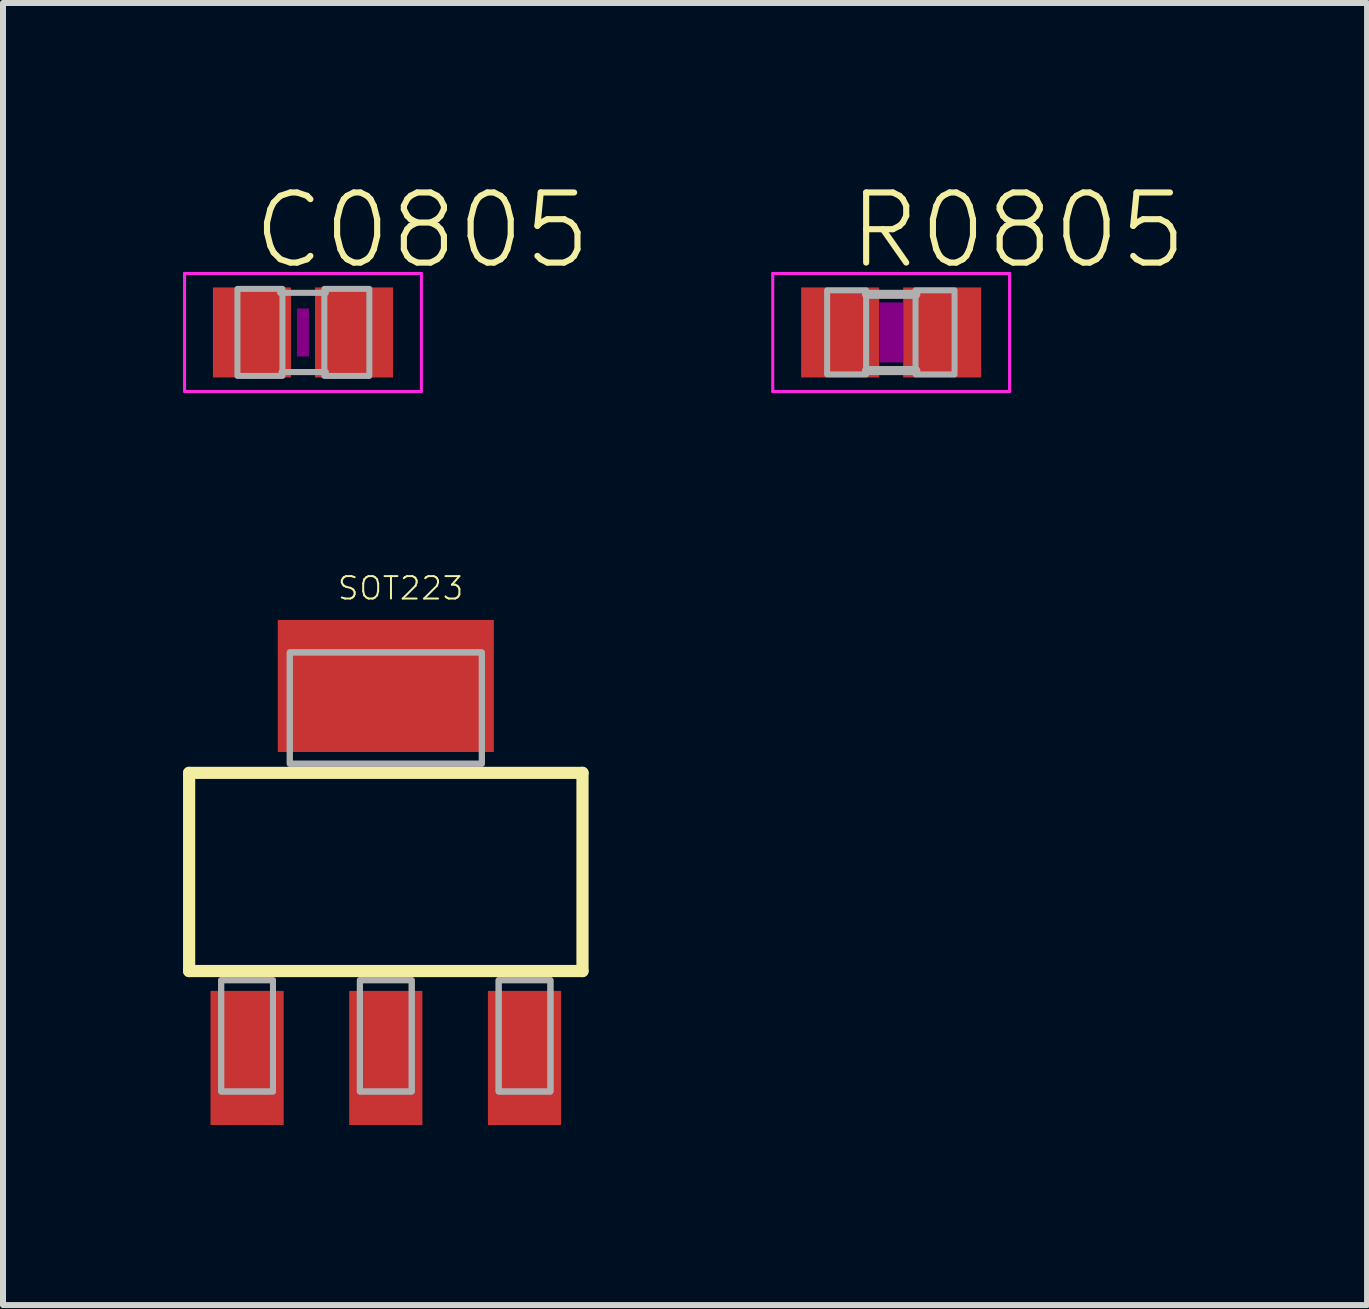
<source format=kicad_pcb>
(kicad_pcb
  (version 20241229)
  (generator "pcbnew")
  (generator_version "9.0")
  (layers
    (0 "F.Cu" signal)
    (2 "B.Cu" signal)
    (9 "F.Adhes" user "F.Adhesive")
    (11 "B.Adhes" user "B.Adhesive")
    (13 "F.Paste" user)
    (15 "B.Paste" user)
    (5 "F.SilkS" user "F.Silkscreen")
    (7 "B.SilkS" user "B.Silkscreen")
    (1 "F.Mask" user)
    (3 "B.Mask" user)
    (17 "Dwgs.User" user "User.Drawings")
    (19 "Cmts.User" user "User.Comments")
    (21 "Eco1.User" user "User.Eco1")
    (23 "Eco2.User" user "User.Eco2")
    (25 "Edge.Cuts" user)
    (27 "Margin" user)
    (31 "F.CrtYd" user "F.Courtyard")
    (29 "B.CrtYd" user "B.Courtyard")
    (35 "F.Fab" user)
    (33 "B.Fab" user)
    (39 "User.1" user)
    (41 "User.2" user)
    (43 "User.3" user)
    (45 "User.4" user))
  (footprint "R0805"
    (layer "F.Cu")
    (at 11.798 2.489)
    (property "Reference" "R0805" (at -0.762 -1.016 0) (layer "F.SilkS") (effects (font (size 1.168 1.168) (thickness 0.102)) (justify left bottom)))
    (fp_poly (pts (xy -0.2 0.5) (xy 0.2 0.5) (xy 0.2 -0.5) (xy -0.2 -0.5)) (stroke (width 0) (type solid)) (fill yes) (layer "F.Adhes"))
    (fp_line (start -1.973 -0.983) (end 1.973 -0.983) (stroke (width 0.051) (type solid)) (layer "F.CrtYd"))
    (fp_line (start -1.973 0.983) (end -1.973 -0.983) (stroke (width 0.051) (type solid)) (layer "F.CrtYd"))
    (fp_line (start 1.973 -0.983) (end 1.973 0.983) (stroke (width 0.051) (type solid)) (layer "F.CrtYd"))
    (fp_line (start 1.973 0.983) (end -1.973 0.983) (stroke (width 0.051) (type solid)) (layer "F.CrtYd"))
    (fp_line (start -0.41 -0.635) (end 0.41 -0.635) (stroke (width 0.152) (type solid)) (layer "F.Fab"))
    (fp_line (start -0.41 0.635) (end 0.41 0.635) (stroke (width 0.152) (type solid)) (layer "F.Fab"))
    (fp_poly (pts (xy -1.067 0.699) (xy -0.417 0.699) (xy -0.417 -0.702) (xy -1.067 -0.702)) (stroke (width 0.1) (type solid)) (fill no) (layer "F.Fab"))
    (fp_poly (pts (xy 0.406 0.699) (xy 1.056 0.699) (xy 1.056 -0.702) (xy 0.406 -0.702)) (stroke (width 0.1) (type solid)) (fill no) (layer "F.Fab"))
    (pad "1" smd rect (at -0.85 0) (size 1.3 1.5) (layers "F.Cu" "F.Mask" "F.Paste"))
    (pad "2" smd rect (at 0.85 0) (size 1.3 1.5) (layers "F.Cu" "F.Mask" "F.Paste")))
  (footprint "SOT223"
    (layer "F.Cu")
    (at 3.378 11.478)
    (property "Reference" "SOT223" (at -0.826 -4.508 0) (layer "F.SilkS") (effects (font (size 0.374 0.374) (thickness 0.033)) (justify left bottom)))
    (fp_line (start -3.277 -1.651) (end 3.277 -1.651) (stroke (width 0.203) (type solid)) (layer "F.SilkS"))
    (fp_line (start -3.277 1.651) (end -3.277 -1.651) (stroke (width 0.203) (type solid)) (layer "F.SilkS"))
    (fp_line (start 3.277 -1.651) (end 3.277 1.651) (stroke (width 0.203) (type solid)) (layer "F.SilkS"))
    (fp_line (start 3.277 1.651) (end -3.277 1.651) (stroke (width 0.203) (type solid)) (layer "F.SilkS"))
    (fp_poly (pts (xy -2.743 3.658) (xy -1.88 3.658) (xy -1.88 1.803) (xy -2.743 1.803)) (stroke (width 0.1) (type solid)) (fill no) (layer "F.Fab"))
    (fp_poly (pts (xy -2.743 3.658) (xy -1.88 3.658) (xy -1.88 1.803) (xy -2.743 1.803)) (stroke (width 0.1) (type solid)) (fill no) (layer "F.Fab"))
    (fp_poly (pts (xy -1.6 -1.803) (xy 1.6 -1.803) (xy 1.6 -3.658) (xy -1.6 -3.658)) (stroke (width 0.1) (type solid)) (fill no) (layer "F.Fab"))
    (fp_poly (pts (xy -1.6 -1.803) (xy 1.6 -1.803) (xy 1.6 -3.658) (xy -1.6 -3.658)) (stroke (width 0.1) (type solid)) (fill no) (layer "F.Fab"))
    (fp_poly (pts (xy -0.432 3.658) (xy 0.432 3.658) (xy 0.432 1.803) (xy -0.432 1.803)) (stroke (width 0.1) (type solid)) (fill no) (layer "F.Fab"))
    (fp_poly (pts (xy -0.432 3.658) (xy 0.432 3.658) (xy 0.432 1.803) (xy -0.432 1.803)) (stroke (width 0.1) (type solid)) (fill no) (layer "F.Fab"))
    (fp_poly (pts (xy 1.88 3.658) (xy 2.743 3.658) (xy 2.743 1.803) (xy 1.88 1.803)) (stroke (width 0.1) (type solid)) (fill no) (layer "F.Fab"))
    (fp_poly (pts (xy 1.88 3.658) (xy 2.743 3.658) (xy 2.743 1.803) (xy 1.88 1.803)) (stroke (width 0.1) (type solid)) (fill no) (layer "F.Fab"))
    (pad "1" smd rect (at -2.311 3.099) (size 1.219 2.235) (layers "F.Cu" "F.Mask" "F.Paste"))
    (pad "2" smd rect (at 0 3.099) (size 1.219 2.235) (layers "F.Cu" "F.Mask" "F.Paste"))
    (pad "3" smd rect (at 2.311 3.099) (size 1.219 2.235) (layers "F.Cu" "F.Mask" "F.Paste"))
    (pad "4" smd rect (at 0 -3.099) (size 3.6 2.2) (layers "F.Cu" "F.Mask" "F.Paste")))
  (footprint "C0805"
    (layer "F.Cu")
    (at 1.998 2.489)
    (property "Reference" "C0805" (at -0.889 -1.016 0) (layer "F.SilkS") (effects (font (size 1.168 1.168) (thickness 0.102)) (justify left bottom)))
    (fp_poly (pts (xy -0.1 0.4) (xy 0.1 0.4) (xy 0.1 -0.4) (xy -0.1 -0.4)) (stroke (width 0) (type solid)) (fill yes) (layer "F.Adhes"))
    (fp_line (start -1.973 -0.983) (end 1.973 -0.983) (stroke (width 0.051) (type solid)) (layer "F.CrtYd"))
    (fp_line (start -1.973 0.983) (end -1.973 -0.983) (stroke (width 0.051) (type solid)) (layer "F.CrtYd"))
    (fp_line (start 1.973 -0.983) (end 1.973 0.983) (stroke (width 0.051) (type solid)) (layer "F.CrtYd"))
    (fp_line (start 1.973 0.983) (end -1.973 0.983) (stroke (width 0.051) (type solid)) (layer "F.CrtYd"))
    (fp_line (start -0.381 -0.66) (end 0.381 -0.66) (stroke (width 0.102) (type solid)) (layer "F.Fab"))
    (fp_line (start -0.356 0.66) (end 0.381 0.66) (stroke (width 0.102) (type solid)) (layer "F.Fab"))
    (fp_poly (pts (xy -1.092 0.724) (xy -0.342 0.724) (xy -0.342 -0.726) (xy -1.092 -0.726)) (stroke (width 0.1) (type solid)) (fill no) (layer "F.Fab"))
    (fp_poly (pts (xy 0.356 0.724) (xy 1.106 0.724) (xy 1.106 -0.726) (xy 0.356 -0.726)) (stroke (width 0.1) (type solid)) (fill no) (layer "F.Fab"))
    (pad "1" smd rect (at -0.85 0) (size 1.3 1.5) (layers "F.Cu" "F.Mask" "F.Paste"))
    (pad "2" smd rect (at 0.85 0) (size 1.3 1.5) (layers "F.Cu" "F.Mask" "F.Paste")))
  (gr_rect
    (start -3 -3)
    (end 19.727 18.694)
    (stroke (width 0.1) (type default))
    (fill no)
    (layer "Edge.Cuts")))
</source>
